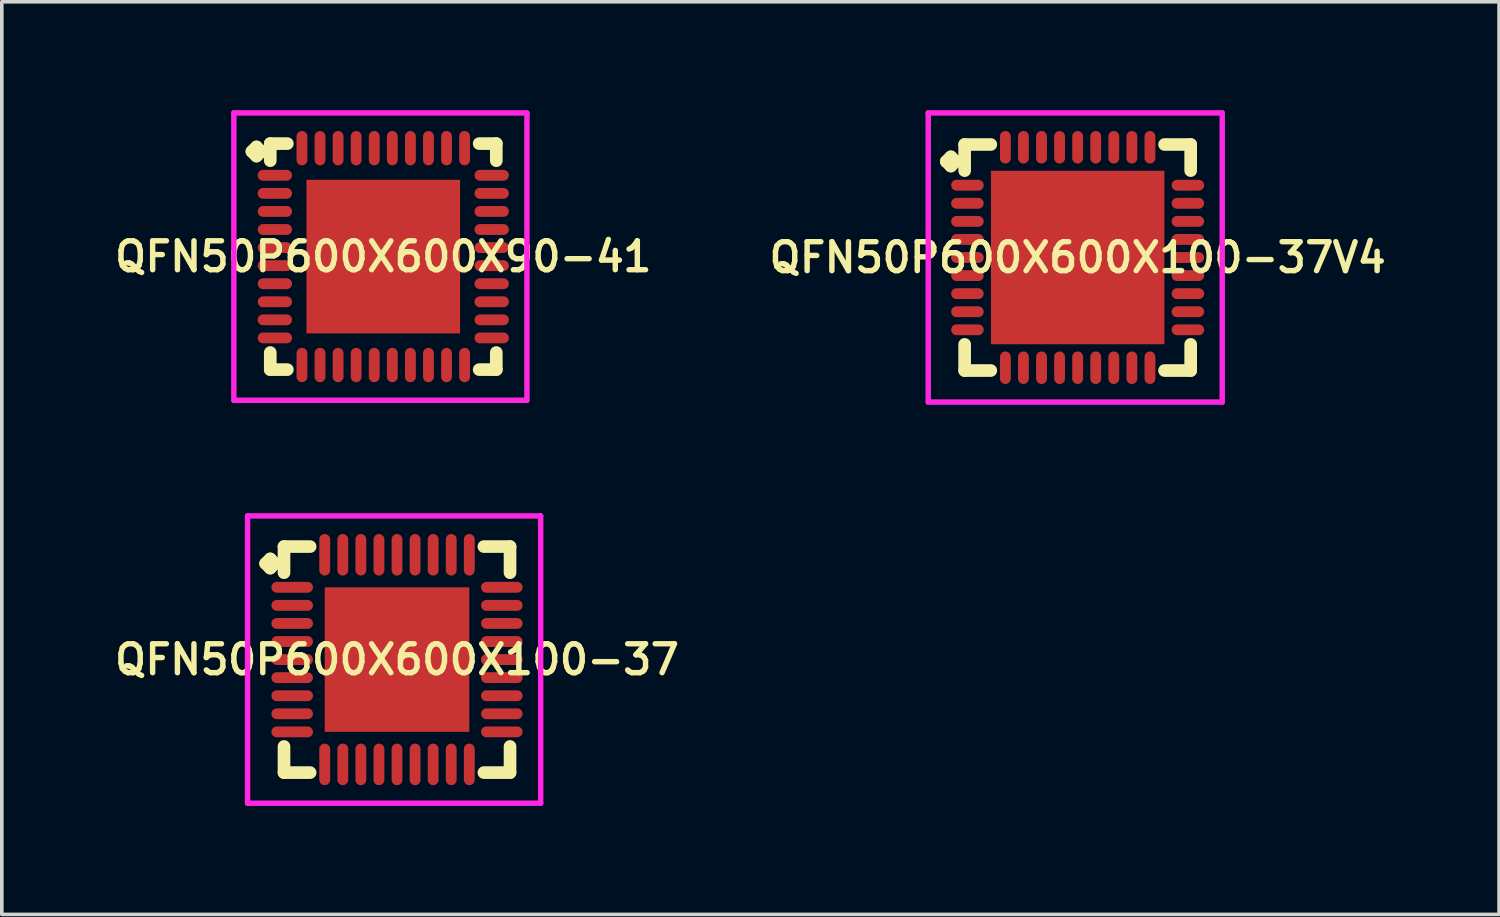
<source format=kicad_pcb>
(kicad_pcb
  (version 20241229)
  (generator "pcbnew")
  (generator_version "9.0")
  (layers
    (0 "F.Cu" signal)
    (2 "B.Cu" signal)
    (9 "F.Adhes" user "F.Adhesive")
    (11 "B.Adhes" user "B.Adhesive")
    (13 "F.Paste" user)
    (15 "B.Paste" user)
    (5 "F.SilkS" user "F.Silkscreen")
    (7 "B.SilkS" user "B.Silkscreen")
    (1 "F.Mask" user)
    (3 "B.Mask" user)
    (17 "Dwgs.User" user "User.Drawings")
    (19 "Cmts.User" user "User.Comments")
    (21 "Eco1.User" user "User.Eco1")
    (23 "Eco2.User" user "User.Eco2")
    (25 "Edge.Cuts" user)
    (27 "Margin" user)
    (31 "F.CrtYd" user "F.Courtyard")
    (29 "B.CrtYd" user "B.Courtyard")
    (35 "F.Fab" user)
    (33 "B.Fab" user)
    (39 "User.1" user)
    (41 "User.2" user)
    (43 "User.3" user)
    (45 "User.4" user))
  (footprint "QFN50P600X600X100-37V4"
    (layer "F.Cu")
    (at 26.768 4.075)
    (property "Reference" "QFN50P600X600X100-37V4" (at 0 0 0) (layer "F.SilkS") (effects (font (size 0.8 0.8) (thickness 0.15))))
    (attr smd)
    (fp_line (start -3.635 -2.658) (end -3.508 -2.785) (stroke (width 0.35) (type solid)) (layer "F.SilkS"))
    (fp_line (start -3.508 -2.785) (end -3.381 -2.658) (stroke (width 0.35) (type solid)) (layer "F.SilkS"))
    (fp_line (start -3.508 -2.531) (end -3.635 -2.658) (stroke (width 0.35) (type solid)) (layer "F.SilkS"))
    (fp_line (start -3.381 -2.658) (end -3.508 -2.531) (stroke (width 0.35) (type solid)) (layer "F.SilkS"))
    (fp_line (start -3.127 -3.127) (end -2.404 -3.127) (stroke (width 0.35) (type solid)) (layer "F.SilkS"))
    (fp_line (start -3.127 -2.404) (end -3.127 -3.127) (stroke (width 0.35) (type solid)) (layer "F.SilkS"))
    (fp_line (start -3.127 2.404) (end -3.127 3.127) (stroke (width 0.35) (type solid)) (layer "F.SilkS"))
    (fp_line (start -3.127 3.127) (end -2.404 3.127) (stroke (width 0.35) (type solid)) (layer "F.SilkS"))
    (fp_line (start 2.404 -3.127) (end 3.127 -3.127) (stroke (width 0.35) (type solid)) (layer "F.SilkS"))
    (fp_line (start 2.404 3.127) (end 3.127 3.127) (stroke (width 0.35) (type solid)) (layer "F.SilkS"))
    (fp_line (start 3.127 -3.127) (end 3.127 -2.404) (stroke (width 0.35) (type solid)) (layer "F.SilkS"))
    (fp_line (start 3.127 3.127) (end 3.127 2.404) (stroke (width 0.35) (type solid)) (layer "F.SilkS"))
    (fp_line (start -4.135 -4) (end 4 -4) (stroke (width 0.15) (type solid)) (layer "F.CrtYd"))
    (fp_line (start -4.135 4) (end -4.135 -4) (stroke (width 0.15) (type solid)) (layer "F.CrtYd"))
    (fp_line (start 4 -4) (end 4 4) (stroke (width 0.15) (type solid)) (layer "F.CrtYd"))
    (fp_line (start 4 4) (end -4.135 4) (stroke (width 0.15) (type solid)) (layer "F.CrtYd"))
    (pad "1" smd oval (at -3.05 -2) (size 0.9 0.3) (layers "F.Cu" "F.Mask" "F.Paste"))
    (pad "2" smd oval (at -3.05 -1.5) (size 0.9 0.3) (layers "F.Cu" "F.Mask" "F.Paste"))
    (pad "3" smd oval (at -3.05 -1) (size 0.9 0.3) (layers "F.Cu" "F.Mask" "F.Paste"))
    (pad "4" smd oval (at -3.05 -0.5) (size 0.9 0.3) (layers "F.Cu" "F.Mask" "F.Paste"))
    (pad "5" smd oval (at -3.05 0) (size 0.9 0.3) (layers "F.Cu" "F.Mask" "F.Paste"))
    (pad "6" smd oval (at -3.05 0.5) (size 0.9 0.3) (layers "F.Cu" "F.Mask" "F.Paste"))
    (pad "7" smd oval (at -3.05 1) (size 0.9 0.3) (layers "F.Cu" "F.Mask" "F.Paste"))
    (pad "8" smd oval (at -3.05 1.5) (size 0.9 0.3) (layers "F.Cu" "F.Mask" "F.Paste"))
    (pad "9" smd oval (at -3.05 2) (size 0.9 0.3) (layers "F.Cu" "F.Mask" "F.Paste"))
    (pad "10" smd oval (at -2 3.05) (size 0.3 0.9) (layers "F.Cu" "F.Mask" "F.Paste"))
    (pad "11" smd oval (at -1.5 3.05) (size 0.3 0.9) (layers "F.Cu" "F.Mask" "F.Paste"))
    (pad "12" smd oval (at -1 3.05) (size 0.3 0.9) (layers "F.Cu" "F.Mask" "F.Paste"))
    (pad "13" smd oval (at -0.5 3.05) (size 0.3 0.9) (layers "F.Cu" "F.Mask" "F.Paste"))
    (pad "14" smd oval (at 0 3.05) (size 0.3 0.9) (layers "F.Cu" "F.Mask" "F.Paste"))
    (pad "15" smd oval (at 0.5 3.05) (size 0.3 0.9) (layers "F.Cu" "F.Mask" "F.Paste"))
    (pad "16" smd oval (at 1 3.05) (size 0.3 0.9) (layers "F.Cu" "F.Mask" "F.Paste"))
    (pad "17" smd oval (at 1.5 3.05) (size 0.3 0.9) (layers "F.Cu" "F.Mask" "F.Paste"))
    (pad "18" smd oval (at 2 3.05) (size 0.3 0.9) (layers "F.Cu" "F.Mask" "F.Paste"))
    (pad "19" smd oval (at 3.05 2) (size 0.9 0.3) (layers "F.Cu" "F.Mask" "F.Paste"))
    (pad "20" smd oval (at 3.05 1.5) (size 0.9 0.3) (layers "F.Cu" "F.Mask" "F.Paste"))
    (pad "21" smd oval (at 3.05 1) (size 0.9 0.3) (layers "F.Cu" "F.Mask" "F.Paste"))
    (pad "22" smd oval (at 3.05 0.5) (size 0.9 0.3) (layers "F.Cu" "F.Mask" "F.Paste"))
    (pad "23" smd oval (at 3.05 0) (size 0.9 0.3) (layers "F.Cu" "F.Mask" "F.Paste"))
    (pad "24" smd oval (at 3.05 -0.5) (size 0.9 0.3) (layers "F.Cu" "F.Mask" "F.Paste"))
    (pad "25" smd oval (at 3.05 -1) (size 0.9 0.3) (layers "F.Cu" "F.Mask" "F.Paste"))
    (pad "26" smd oval (at 3.05 -1.5) (size 0.9 0.3) (layers "F.Cu" "F.Mask" "F.Paste"))
    (pad "27" smd oval (at 3.05 -2) (size 0.9 0.3) (layers "F.Cu" "F.Mask" "F.Paste"))
    (pad "28" smd oval (at 2 -3.05) (size 0.3 0.9) (layers "F.Cu" "F.Mask" "F.Paste"))
    (pad "29" smd oval (at 1.5 -3.05) (size 0.3 0.9) (layers "F.Cu" "F.Mask" "F.Paste"))
    (pad "30" smd oval (at 1 -3.05) (size 0.3 0.9) (layers "F.Cu" "F.Mask" "F.Paste"))
    (pad "31" smd oval (at 0.5 -3.05) (size 0.3 0.9) (layers "F.Cu" "F.Mask" "F.Paste"))
    (pad "32" smd oval (at 0 -3.05) (size 0.3 0.9) (layers "F.Cu" "F.Mask" "F.Paste"))
    (pad "33" smd oval (at -0.5 -3.05) (size 0.3 0.9) (layers "F.Cu" "F.Mask" "F.Paste"))
    (pad "34" smd oval (at -1 -3.05) (size 0.3 0.9) (layers "F.Cu" "F.Mask" "F.Paste"))
    (pad "35" smd oval (at -1.5 -3.05) (size 0.3 0.9) (layers "F.Cu" "F.Mask" "F.Paste"))
    (pad "36" smd oval (at -2 -3.05) (size 0.3 0.9) (layers "F.Cu" "F.Mask" "F.Paste"))
    (pad "37" smd rect (at 0 0) (size 4.8 4.8) (layers "F.Cu" "F.Mask" "F.Paste")))
  (footprint "QFN50P600X600X100-37"
    (layer "F.Cu")
    (at 7.935 15.2)
    (property "Reference" "QFN50P600X600X100-37" (at 0 0 0) (layer "F.SilkS") (effects (font (size 0.8 0.8) (thickness 0.15))))
    (attr smd)
    (fp_line (start -3.635 -2.658) (end -3.508 -2.785) (stroke (width 0.35) (type solid)) (layer "F.SilkS"))
    (fp_line (start -3.508 -2.785) (end -3.381 -2.658) (stroke (width 0.35) (type solid)) (layer "F.SilkS"))
    (fp_line (start -3.508 -2.531) (end -3.635 -2.658) (stroke (width 0.35) (type solid)) (layer "F.SilkS"))
    (fp_line (start -3.381 -2.658) (end -3.508 -2.531) (stroke (width 0.35) (type solid)) (layer "F.SilkS"))
    (fp_line (start -3.127 -3.127) (end -2.404 -3.127) (stroke (width 0.35) (type solid)) (layer "F.SilkS"))
    (fp_line (start -3.127 -2.404) (end -3.127 -3.127) (stroke (width 0.35) (type solid)) (layer "F.SilkS"))
    (fp_line (start -3.127 2.404) (end -3.127 3.127) (stroke (width 0.35) (type solid)) (layer "F.SilkS"))
    (fp_line (start -3.127 3.127) (end -2.404 3.127) (stroke (width 0.35) (type solid)) (layer "F.SilkS"))
    (fp_line (start 2.404 -3.127) (end 3.127 -3.127) (stroke (width 0.35) (type solid)) (layer "F.SilkS"))
    (fp_line (start 2.404 3.127) (end 3.127 3.127) (stroke (width 0.35) (type solid)) (layer "F.SilkS"))
    (fp_line (start 3.127 -3.127) (end 3.127 -2.404) (stroke (width 0.35) (type solid)) (layer "F.SilkS"))
    (fp_line (start 3.127 3.127) (end 3.127 2.404) (stroke (width 0.35) (type solid)) (layer "F.SilkS"))
    (fp_line (start -4.135 -3.975) (end 3.975 -3.975) (stroke (width 0.15) (type solid)) (layer "F.CrtYd"))
    (fp_line (start -4.135 3.975) (end -4.135 -3.975) (stroke (width 0.15) (type solid)) (layer "F.CrtYd"))
    (fp_line (start 3.975 -3.975) (end 3.975 3.975) (stroke (width 0.15) (type solid)) (layer "F.CrtYd"))
    (fp_line (start 3.975 3.975) (end -4.135 3.975) (stroke (width 0.15) (type solid)) (layer "F.CrtYd"))
    (pad "1" smd oval (at -2.9 -2) (size 1.15 0.3) (layers "F.Cu" "F.Mask" "F.Paste"))
    (pad "2" smd oval (at -2.9 -1.5) (size 1.15 0.3) (layers "F.Cu" "F.Mask" "F.Paste"))
    (pad "3" smd oval (at -2.9 -1) (size 1.15 0.3) (layers "F.Cu" "F.Mask" "F.Paste"))
    (pad "4" smd oval (at -2.9 -0.5) (size 1.15 0.3) (layers "F.Cu" "F.Mask" "F.Paste"))
    (pad "5" smd oval (at -2.9 0) (size 1.15 0.3) (layers "F.Cu" "F.Mask" "F.Paste"))
    (pad "6" smd oval (at -2.9 0.5) (size 1.15 0.3) (layers "F.Cu" "F.Mask" "F.Paste"))
    (pad "7" smd oval (at -2.9 1) (size 1.15 0.3) (layers "F.Cu" "F.Mask" "F.Paste"))
    (pad "8" smd oval (at -2.9 1.5) (size 1.15 0.3) (layers "F.Cu" "F.Mask" "F.Paste"))
    (pad "9" smd oval (at -2.9 2) (size 1.15 0.3) (layers "F.Cu" "F.Mask" "F.Paste"))
    (pad "10" smd oval (at -2 2.9) (size 0.3 1.15) (layers "F.Cu" "F.Mask" "F.Paste"))
    (pad "11" smd oval (at -1.5 2.9) (size 0.3 1.15) (layers "F.Cu" "F.Mask" "F.Paste"))
    (pad "12" smd oval (at -1 2.9) (size 0.3 1.15) (layers "F.Cu" "F.Mask" "F.Paste"))
    (pad "13" smd oval (at -0.5 2.9) (size 0.3 1.15) (layers "F.Cu" "F.Mask" "F.Paste"))
    (pad "14" smd oval (at 0 2.9) (size 0.3 1.15) (layers "F.Cu" "F.Mask" "F.Paste"))
    (pad "15" smd oval (at 0.5 2.9) (size 0.3 1.15) (layers "F.Cu" "F.Mask" "F.Paste"))
    (pad "16" smd oval (at 1 2.9) (size 0.3 1.15) (layers "F.Cu" "F.Mask" "F.Paste"))
    (pad "17" smd oval (at 1.5 2.9) (size 0.3 1.15) (layers "F.Cu" "F.Mask" "F.Paste"))
    (pad "18" smd oval (at 2 2.9) (size 0.3 1.15) (layers "F.Cu" "F.Mask" "F.Paste"))
    (pad "19" smd oval (at 2.9 2) (size 1.15 0.3) (layers "F.Cu" "F.Mask" "F.Paste"))
    (pad "20" smd oval (at 2.9 1.5) (size 1.15 0.3) (layers "F.Cu" "F.Mask" "F.Paste"))
    (pad "21" smd oval (at 2.9 1) (size 1.15 0.3) (layers "F.Cu" "F.Mask" "F.Paste"))
    (pad "22" smd oval (at 2.9 0.5) (size 1.15 0.3) (layers "F.Cu" "F.Mask" "F.Paste"))
    (pad "23" smd oval (at 2.9 0) (size 1.15 0.3) (layers "F.Cu" "F.Mask" "F.Paste"))
    (pad "24" smd oval (at 2.9 -0.5) (size 1.15 0.3) (layers "F.Cu" "F.Mask" "F.Paste"))
    (pad "25" smd oval (at 2.9 -1) (size 1.15 0.3) (layers "F.Cu" "F.Mask" "F.Paste"))
    (pad "26" smd oval (at 2.9 -1.5) (size 1.15 0.3) (layers "F.Cu" "F.Mask" "F.Paste"))
    (pad "27" smd oval (at 2.9 -2) (size 1.15 0.3) (layers "F.Cu" "F.Mask" "F.Paste"))
    (pad "28" smd oval (at 2 -2.9) (size 0.3 1.15) (layers "F.Cu" "F.Mask" "F.Paste"))
    (pad "29" smd oval (at 1.5 -2.9) (size 0.3 1.15) (layers "F.Cu" "F.Mask" "F.Paste"))
    (pad "30" smd oval (at 1 -2.9) (size 0.3 1.15) (layers "F.Cu" "F.Mask" "F.Paste"))
    (pad "31" smd oval (at 0.5 -2.9) (size 0.3 1.15) (layers "F.Cu" "F.Mask" "F.Paste"))
    (pad "32" smd oval (at 0 -2.9) (size 0.3 1.15) (layers "F.Cu" "F.Mask" "F.Paste"))
    (pad "33" smd oval (at -0.5 -2.9) (size 0.3 1.15) (layers "F.Cu" "F.Mask" "F.Paste"))
    (pad "34" smd oval (at -1 -2.9) (size 0.3 1.15) (layers "F.Cu" "F.Mask" "F.Paste"))
    (pad "35" smd oval (at -1.5 -2.9) (size 0.3 1.15) (layers "F.Cu" "F.Mask" "F.Paste"))
    (pad "36" smd oval (at -2 -2.9) (size 0.3 1.15) (layers "F.Cu" "F.Mask" "F.Paste"))
    (pad "37" smd rect (at 0 0) (size 4 4) (layers "F.Cu" "F.Mask" "F.Paste")))
  (footprint "QFN50P600X600X90-41"
    (layer "F.Cu")
    (at 7.555 4.05)
    (property "Reference" "QFN50P600X600X90-41" (at 0 0 0) (layer "F.SilkS") (effects (font (size 0.8 0.8) (thickness 0.15))))
    (attr smd)
    (fp_line (start -3.635 -2.908) (end -3.508 -3.035) (stroke (width 0.35) (type solid)) (layer "F.SilkS"))
    (fp_line (start -3.508 -3.035) (end -3.381 -2.908) (stroke (width 0.35) (type solid)) (layer "F.SilkS"))
    (fp_line (start -3.508 -2.781) (end -3.635 -2.908) (stroke (width 0.35) (type solid)) (layer "F.SilkS"))
    (fp_line (start -3.381 -2.908) (end -3.508 -2.781) (stroke (width 0.35) (type solid)) (layer "F.SilkS"))
    (fp_line (start -3.127 -3.127) (end -2.654 -3.127) (stroke (width 0.35) (type solid)) (layer "F.SilkS"))
    (fp_line (start -3.127 -2.654) (end -3.127 -3.127) (stroke (width 0.35) (type solid)) (layer "F.SilkS"))
    (fp_line (start -3.127 2.654) (end -3.127 3.127) (stroke (width 0.35) (type solid)) (layer "F.SilkS"))
    (fp_line (start -3.127 3.127) (end -2.654 3.127) (stroke (width 0.35) (type solid)) (layer "F.SilkS"))
    (fp_line (start 2.654 -3.127) (end 3.127 -3.127) (stroke (width 0.35) (type solid)) (layer "F.SilkS"))
    (fp_line (start 2.654 3.127) (end 3.127 3.127) (stroke (width 0.35) (type solid)) (layer "F.SilkS"))
    (fp_line (start 3.127 -3.127) (end 3.127 -2.654) (stroke (width 0.35) (type solid)) (layer "F.SilkS"))
    (fp_line (start 3.127 3.127) (end 3.127 2.654) (stroke (width 0.35) (type solid)) (layer "F.SilkS"))
    (fp_line (start -4.135 -3.975) (end 3.975 -3.975) (stroke (width 0.15) (type solid)) (layer "F.CrtYd"))
    (fp_line (start -4.135 3.975) (end -4.135 -3.975) (stroke (width 0.15) (type solid)) (layer "F.CrtYd"))
    (fp_line (start 3.975 -3.975) (end 3.975 3.975) (stroke (width 0.15) (type solid)) (layer "F.CrtYd"))
    (fp_line (start 3.975 3.975) (end -4.135 3.975) (stroke (width 0.15) (type solid)) (layer "F.CrtYd"))
    (pad "1" smd oval (at -3 -2.25) (size 0.95 0.3) (layers "F.Cu" "F.Mask" "F.Paste"))
    (pad "2" smd oval (at -3 -1.75) (size 0.95 0.3) (layers "F.Cu" "F.Mask" "F.Paste"))
    (pad "3" smd oval (at -3 -1.25) (size 0.95 0.3) (layers "F.Cu" "F.Mask" "F.Paste"))
    (pad "4" smd oval (at -3 -0.75) (size 0.95 0.3) (layers "F.Cu" "F.Mask" "F.Paste"))
    (pad "5" smd oval (at -3 -0.25) (size 0.95 0.3) (layers "F.Cu" "F.Mask" "F.Paste"))
    (pad "6" smd oval (at -3 0.25) (size 0.95 0.3) (layers "F.Cu" "F.Mask" "F.Paste"))
    (pad "7" smd oval (at -3 0.75) (size 0.95 0.3) (layers "F.Cu" "F.Mask" "F.Paste"))
    (pad "8" smd oval (at -3 1.25) (size 0.95 0.3) (layers "F.Cu" "F.Mask" "F.Paste"))
    (pad "9" smd oval (at -3 1.75) (size 0.95 0.3) (layers "F.Cu" "F.Mask" "F.Paste"))
    (pad "10" smd oval (at -3 2.25) (size 0.95 0.3) (layers "F.Cu" "F.Mask" "F.Paste"))
    (pad "11" smd oval (at -2.25 3) (size 0.3 0.95) (layers "F.Cu" "F.Mask" "F.Paste"))
    (pad "12" smd oval (at -1.75 3) (size 0.3 0.95) (layers "F.Cu" "F.Mask" "F.Paste"))
    (pad "13" smd oval (at -1.25 3) (size 0.3 0.95) (layers "F.Cu" "F.Mask" "F.Paste"))
    (pad "14" smd oval (at -0.75 3) (size 0.3 0.95) (layers "F.Cu" "F.Mask" "F.Paste"))
    (pad "15" smd oval (at -0.25 3) (size 0.3 0.95) (layers "F.Cu" "F.Mask" "F.Paste"))
    (pad "16" smd oval (at 0.25 3) (size 0.3 0.95) (layers "F.Cu" "F.Mask" "F.Paste"))
    (pad "17" smd oval (at 0.75 3) (size 0.3 0.95) (layers "F.Cu" "F.Mask" "F.Paste"))
    (pad "18" smd oval (at 1.25 3) (size 0.3 0.95) (layers "F.Cu" "F.Mask" "F.Paste"))
    (pad "19" smd oval (at 1.75 3) (size 0.3 0.95) (layers "F.Cu" "F.Mask" "F.Paste"))
    (pad "20" smd oval (at 2.25 3) (size 0.3 0.95) (layers "F.Cu" "F.Mask" "F.Paste"))
    (pad "21" smd oval (at 3 2.25) (size 0.95 0.3) (layers "F.Cu" "F.Mask" "F.Paste"))
    (pad "22" smd oval (at 3 1.75) (size 0.95 0.3) (layers "F.Cu" "F.Mask" "F.Paste"))
    (pad "23" smd oval (at 3 1.25) (size 0.95 0.3) (layers "F.Cu" "F.Mask" "F.Paste"))
    (pad "24" smd oval (at 3 0.75) (size 0.95 0.3) (layers "F.Cu" "F.Mask" "F.Paste"))
    (pad "25" smd oval (at 3 0.25) (size 0.95 0.3) (layers "F.Cu" "F.Mask" "F.Paste"))
    (pad "26" smd oval (at 3 -0.25) (size 0.95 0.3) (layers "F.Cu" "F.Mask" "F.Paste"))
    (pad "27" smd oval (at 3 -0.75) (size 0.95 0.3) (layers "F.Cu" "F.Mask" "F.Paste"))
    (pad "28" smd oval (at 3 -1.25) (size 0.95 0.3) (layers "F.Cu" "F.Mask" "F.Paste"))
    (pad "29" smd oval (at 3 -1.75) (size 0.95 0.3) (layers "F.Cu" "F.Mask" "F.Paste"))
    (pad "30" smd oval (at 3 -2.25) (size 0.95 0.3) (layers "F.Cu" "F.Mask" "F.Paste"))
    (pad "31" smd oval (at 2.25 -3) (size 0.3 0.95) (layers "F.Cu" "F.Mask" "F.Paste"))
    (pad "32" smd oval (at 1.75 -3) (size 0.3 0.95) (layers "F.Cu" "F.Mask" "F.Paste"))
    (pad "33" smd oval (at 1.25 -3) (size 0.3 0.95) (layers "F.Cu" "F.Mask" "F.Paste"))
    (pad "34" smd oval (at 0.75 -3) (size 0.3 0.95) (layers "F.Cu" "F.Mask" "F.Paste"))
    (pad "35" smd oval (at 0.25 -3) (size 0.3 0.95) (layers "F.Cu" "F.Mask" "F.Paste"))
    (pad "36" smd oval (at -0.25 -3) (size 0.3 0.95) (layers "F.Cu" "F.Mask" "F.Paste"))
    (pad "37" smd oval (at -0.75 -3) (size 0.3 0.95) (layers "F.Cu" "F.Mask" "F.Paste"))
    (pad "38" smd oval (at -1.25 -3) (size 0.3 0.95) (layers "F.Cu" "F.Mask" "F.Paste"))
    (pad "39" smd oval (at -1.75 -3) (size 0.3 0.95) (layers "F.Cu" "F.Mask" "F.Paste"))
    (pad "40" smd oval (at -2.25 -3) (size 0.3 0.95) (layers "F.Cu" "F.Mask" "F.Paste"))
    (pad "41" smd rect (at 0 0) (size 4.25 4.25) (layers "F.Cu" "F.Mask" "F.Paste")))
  (gr_rect
    (start -3 -3)
    (end 38.428 22.25)
    (stroke (width 0.1) (type default))
    (fill no)
    (layer "Edge.Cuts")))
</source>
